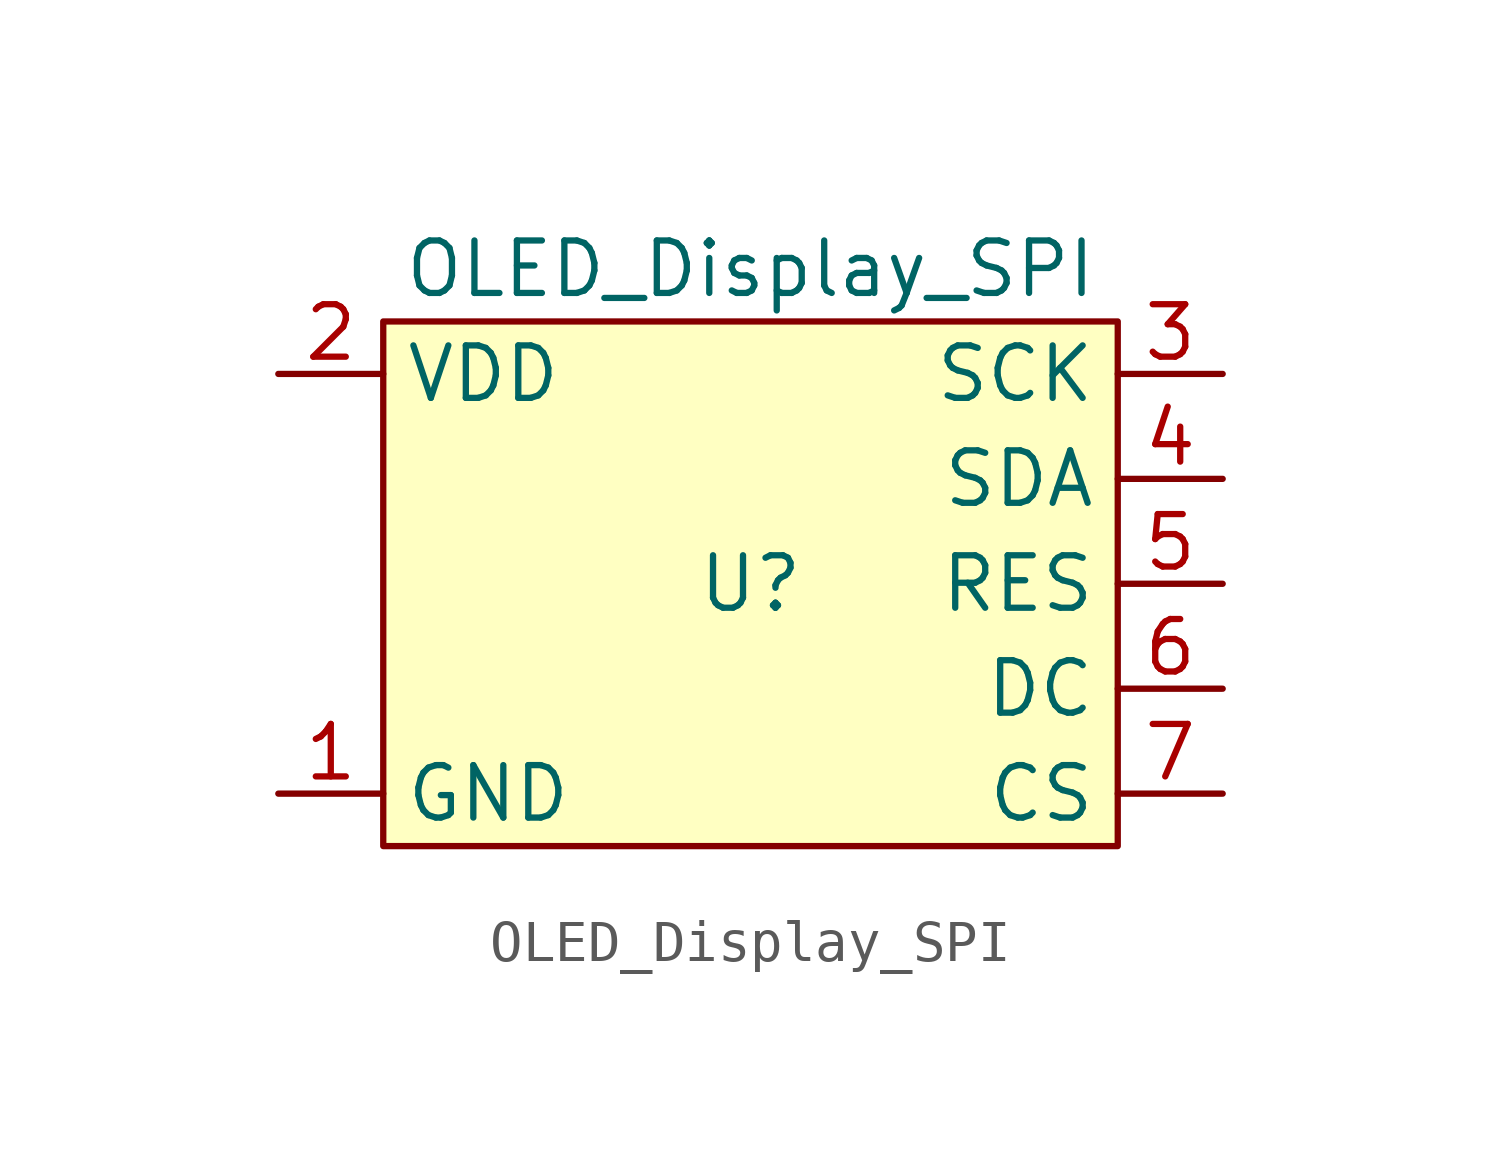
<source format=kicad_sym>
(kicad_symbol_lib
  (version 20211014)
  (generator kicad_symbol_editor)
  (symbol "OLED_Display_SPI"
    (property "Reference" "U"
      (at 0 0 0)
      (effects (font (size 1.27 1.27))))
    (property "Value" "OLED_Display_SPI"
      (at 0 7.62 0)
      (effects (font (size 1.27 1.27))))
    (symbol "OLED_Display_SPI_0_1"
      (rectangle (start -8.89 6.35) (end 8.89 -6.35) (stroke (width 0) (type default) (color 0 0 0 0)) (fill (type background))))
    (symbol "OLED_Display_SPI_1_1"
      (pin input line (at -11.43 -5.08 0) (length 2.54) (name "GND" (effects (font (size 1.27 1.27)))) (number "1" (effects (font (size 1.27 1.27)))))
      (pin input line (at -11.43 5.08 0) (length 2.54) (name "VDD" (effects (font (size 1.27 1.27)))) (number "2" (effects (font (size 1.27 1.27)))))
      (pin input line (at 11.43 5.08 180) (length 2.54) (name "SCK" (effects (font (size 1.27 1.27)))) (number "3" (effects (font (size 1.27 1.27)))))
      (pin input line (at 11.43 2.54 180) (length 2.54) (name "SDA" (effects (font (size 1.27 1.27)))) (number "4" (effects (font (size 1.27 1.27)))))
      (pin input line (at 11.43 0 180) (length 2.54) (name "RES" (effects (font (size 1.27 1.27)))) (number "5" (effects (font (size 1.27 1.27)))))
      (pin input line (at 11.43 -2.54 180) (length 2.54) (name "DC" (effects (font (size 1.27 1.27)))) (number "6" (effects (font (size 1.27 1.27)))))
      (pin input line (at 11.43 -5.08 180) (length 2.54) (name "CS" (effects (font (size 1.27 1.27)))) (number "7" (effects (font (size 1.27 1.27))))))))
</source>
